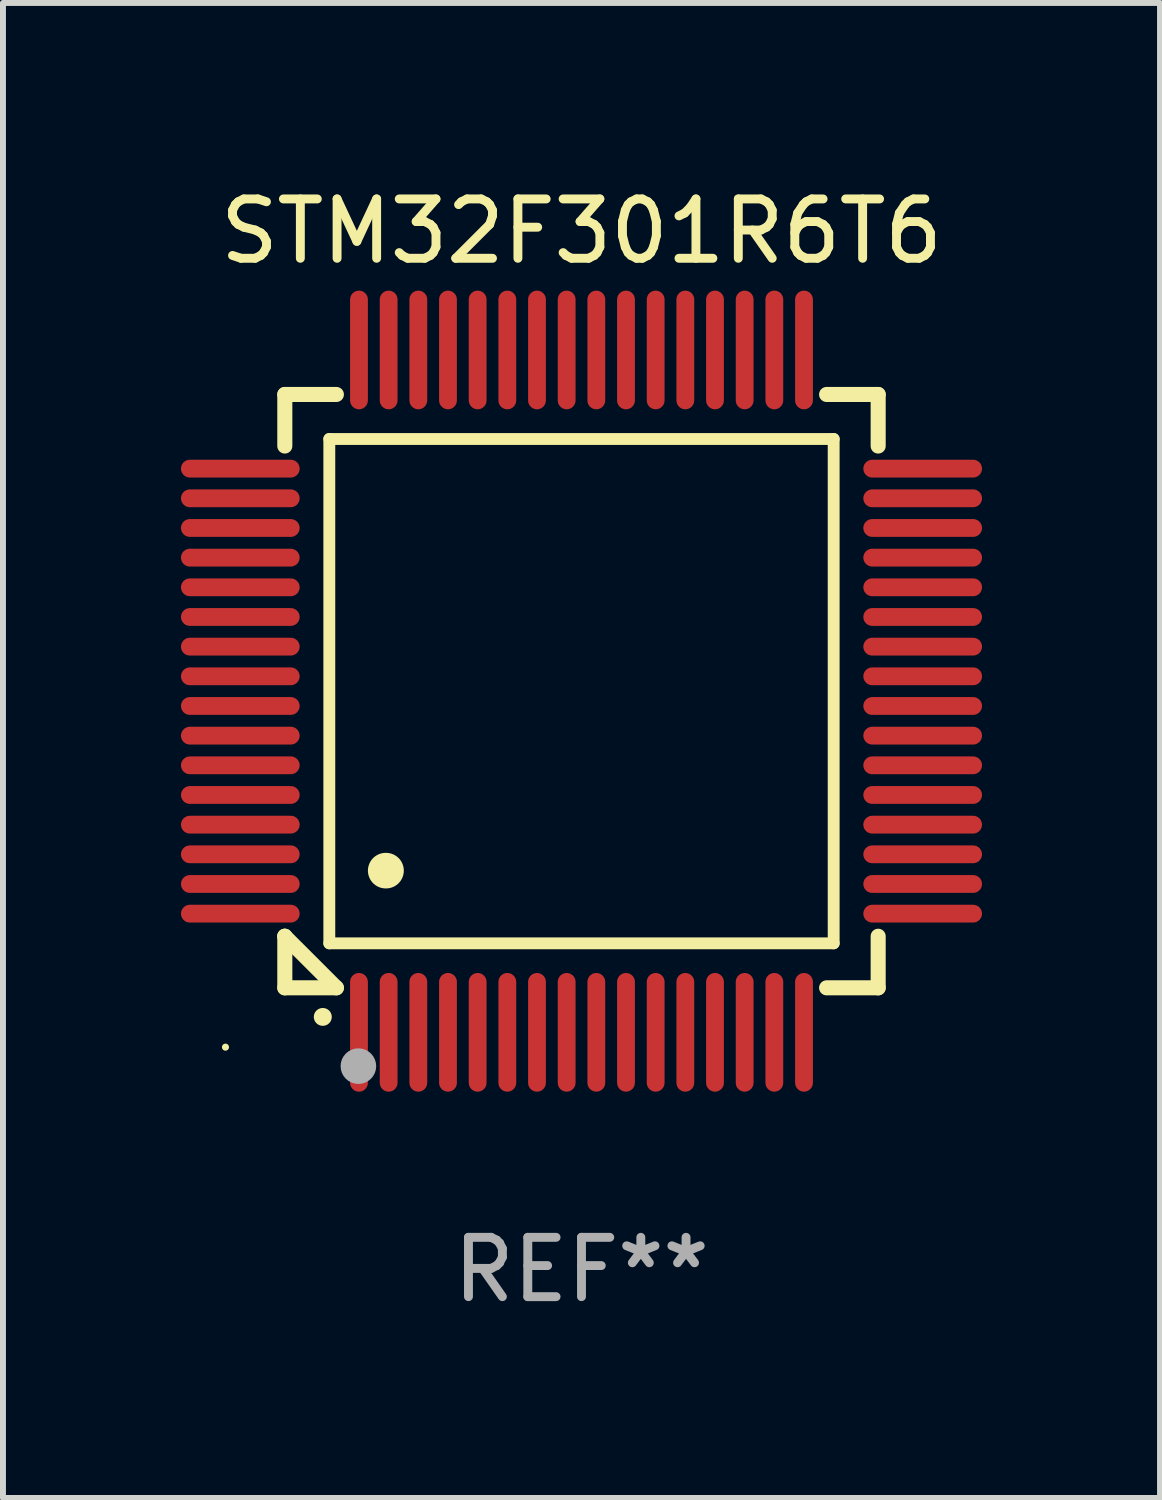
<source format=kicad_pcb>
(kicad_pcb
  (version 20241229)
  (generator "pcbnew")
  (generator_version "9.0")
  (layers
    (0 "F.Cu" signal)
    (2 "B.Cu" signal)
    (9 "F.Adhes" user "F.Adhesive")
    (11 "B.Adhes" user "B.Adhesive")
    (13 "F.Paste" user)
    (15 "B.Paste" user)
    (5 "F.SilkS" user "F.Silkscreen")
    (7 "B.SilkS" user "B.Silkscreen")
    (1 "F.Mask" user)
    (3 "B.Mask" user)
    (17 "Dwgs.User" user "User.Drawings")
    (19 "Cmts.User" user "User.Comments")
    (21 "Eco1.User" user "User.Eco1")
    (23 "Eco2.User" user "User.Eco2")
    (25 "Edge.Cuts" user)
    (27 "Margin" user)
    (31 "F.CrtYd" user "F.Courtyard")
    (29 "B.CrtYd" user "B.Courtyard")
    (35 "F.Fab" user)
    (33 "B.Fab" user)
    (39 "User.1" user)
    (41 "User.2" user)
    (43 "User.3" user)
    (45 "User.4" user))
  (footprint "STM32F301R6T6"
    (layer "F.Cu")
    (at 6.75 8.598)
    (property "Reference" "STM32F301R6T6" (at 0 -7.75 0) (layer "F.SilkS") (effects (font (size 1 1) (thickness 0.15))))
    (attr through_hole)
    (fp_line (start -5 -5) (end -4.131 -5) (stroke (width 0.254) (type solid)) (layer "F.SilkS"))
    (fp_line (start -5 -4.131) (end -5 -5) (stroke (width 0.254) (type solid)) (layer "F.SilkS"))
    (fp_line (start -5 4.131) (end -5 4.131) (stroke (width 0.254) (type solid)) (layer "F.SilkS"))
    (fp_line (start -5 5) (end -5 4.131) (stroke (width 0.254) (type solid)) (layer "F.SilkS"))
    (fp_line (start -5 4.131) (end -4.131 5) (stroke (width 0.254) (type solid)) (layer "F.SilkS"))
    (fp_line (start -4.25 -4.25) (end -4.25 4.25) (stroke (width 0.2) (type solid)) (layer "F.SilkS"))
    (fp_line (start -4.25 4.25) (end 4.25 4.25) (stroke (width 0.2) (type solid)) (layer "F.SilkS"))
    (fp_line (start -4.131 5) (end -5 5) (stroke (width 0.254) (type solid)) (layer "F.SilkS"))
    (fp_line (start 4.25 -4.25) (end -4.25 -4.25) (stroke (width 0.2) (type solid)) (layer "F.SilkS"))
    (fp_line (start 4.25 4.25) (end 4.25 -4.25) (stroke (width 0.2) (type solid)) (layer "F.SilkS"))
    (fp_line (start 5 -5) (end 4.131 -5) (stroke (width 0.254) (type solid)) (layer "F.SilkS"))
    (fp_line (start 5 -5) (end 5 -4.131) (stroke (width 0.254) (type solid)) (layer "F.SilkS"))
    (fp_line (start 5 4.131) (end 5 5) (stroke (width 0.254) (type solid)) (layer "F.SilkS"))
    (fp_line (start 5 5) (end 4.131 5) (stroke (width 0.254) (type solid)) (layer "F.SilkS"))
    (fp_arc (start -4.361265 5.489992) (mid -4.359995 5.489987) (end -4.358725 5.489992) (stroke (width 0.3) (type solid)) (layer "F.SilkS"))
    (fp_arc (start -3.299467 3.025146) (mid -3.296927 3.025135) (end -3.294387 3.025146) (stroke (width 0.6) (type solid)) (layer "F.SilkS"))
    (fp_circle (center -6 6) (end -5.97 6) (stroke (width 0.06) (type solid)) (fill no) (layer "F.SilkS"))
    (fp_circle (center -3.76 6.32) (end -3.61 6.32) (stroke (width 0.3) (type solid)) (fill no) (layer "F.Fab"))
    (fp_text user "REF**" (at 0 9.75 0) (layer "F.Fab") (effects (font (size 1 1) (thickness 0.15))))
    (pad "1" smd oval (at -3.75 5.75) (size 0.3 2) (layers "F.Cu" "F.Mask" "F.Paste"))
    (pad "2" smd oval (at -3.25 5.75) (size 0.3 2) (layers "F.Cu" "F.Mask" "F.Paste"))
    (pad "3" smd oval (at -2.75 5.75) (size 0.3 2) (layers "F.Cu" "F.Mask" "F.Paste"))
    (pad "4" smd oval (at -2.25 5.75) (size 0.3 2) (layers "F.Cu" "F.Mask" "F.Paste"))
    (pad "5" smd oval (at -1.75 5.75) (size 0.3 2) (layers "F.Cu" "F.Mask" "F.Paste"))
    (pad "6" smd oval (at -1.25 5.75) (size 0.3 2) (layers "F.Cu" "F.Mask" "F.Paste"))
    (pad "7" smd oval (at -0.75 5.75) (size 0.3 2) (layers "F.Cu" "F.Mask" "F.Paste"))
    (pad "8" smd oval (at -0.25 5.75) (size 0.3 2) (layers "F.Cu" "F.Mask" "F.Paste"))
    (pad "9" smd oval (at 0.25 5.75) (size 0.3 2) (layers "F.Cu" "F.Mask" "F.Paste"))
    (pad "10" smd oval (at 0.75 5.75) (size 0.3 2) (layers "F.Cu" "F.Mask" "F.Paste"))
    (pad "11" smd oval (at 1.25 5.75) (size 0.3 2) (layers "F.Cu" "F.Mask" "F.Paste"))
    (pad "12" smd oval (at 1.75 5.75) (size 0.3 2) (layers "F.Cu" "F.Mask" "F.Paste"))
    (pad "13" smd oval (at 2.25 5.75) (size 0.3 2) (layers "F.Cu" "F.Mask" "F.Paste"))
    (pad "14" smd oval (at 2.75 5.75) (size 0.3 2) (layers "F.Cu" "F.Mask" "F.Paste"))
    (pad "15" smd oval (at 3.25 5.75) (size 0.3 2) (layers "F.Cu" "F.Mask" "F.Paste"))
    (pad "16" smd oval (at 3.75 5.75) (size 0.3 2) (layers "F.Cu" "F.Mask" "F.Paste"))
    (pad "17" smd oval (at 5.75 3.75) (size 2 0.3) (layers "F.Cu" "F.Mask" "F.Paste"))
    (pad "18" smd oval (at 5.75 3.25) (size 2 0.3) (layers "F.Cu" "F.Mask" "F.Paste"))
    (pad "19" smd oval (at 5.75 2.75) (size 2 0.3) (layers "F.Cu" "F.Mask" "F.Paste"))
    (pad "20" smd oval (at 5.75 2.25) (size 2 0.3) (layers "F.Cu" "F.Mask" "F.Paste"))
    (pad "21" smd oval (at 5.75 1.75) (size 2 0.3) (layers "F.Cu" "F.Mask" "F.Paste"))
    (pad "22" smd oval (at 5.75 1.25) (size 2 0.3) (layers "F.Cu" "F.Mask" "F.Paste"))
    (pad "23" smd oval (at 5.75 0.75) (size 2 0.3) (layers "F.Cu" "F.Mask" "F.Paste"))
    (pad "24" smd oval (at 5.75 0.25) (size 2 0.3) (layers "F.Cu" "F.Mask" "F.Paste"))
    (pad "25" smd oval (at 5.75 -0.25) (size 2 0.3) (layers "F.Cu" "F.Mask" "F.Paste"))
    (pad "26" smd oval (at 5.75 -0.75) (size 2 0.3) (layers "F.Cu" "F.Mask" "F.Paste"))
    (pad "27" smd oval (at 5.75 -1.25) (size 2 0.3) (layers "F.Cu" "F.Mask" "F.Paste"))
    (pad "28" smd oval (at 5.75 -1.75) (size 2 0.3) (layers "F.Cu" "F.Mask" "F.Paste"))
    (pad "29" smd oval (at 5.75 -2.25) (size 2 0.3) (layers "F.Cu" "F.Mask" "F.Paste"))
    (pad "30" smd oval (at 5.75 -2.75) (size 2 0.3) (layers "F.Cu" "F.Mask" "F.Paste"))
    (pad "31" smd oval (at 5.75 -3.25) (size 2 0.3) (layers "F.Cu" "F.Mask" "F.Paste"))
    (pad "32" smd oval (at 5.75 -3.75) (size 2 0.3) (layers "F.Cu" "F.Mask" "F.Paste"))
    (pad "33" smd oval (at 3.75 -5.75) (size 0.3 2) (layers "F.Cu" "F.Mask" "F.Paste"))
    (pad "34" smd oval (at 3.25 -5.75) (size 0.3 2) (layers "F.Cu" "F.Mask" "F.Paste"))
    (pad "35" smd oval (at 2.75 -5.75) (size 0.3 2) (layers "F.Cu" "F.Mask" "F.Paste"))
    (pad "36" smd oval (at 2.25 -5.75) (size 0.3 2) (layers "F.Cu" "F.Mask" "F.Paste"))
    (pad "37" smd oval (at 1.75 -5.75) (size 0.3 2) (layers "F.Cu" "F.Mask" "F.Paste"))
    (pad "38" smd oval (at 1.25 -5.75) (size 0.3 2) (layers "F.Cu" "F.Mask" "F.Paste"))
    (pad "39" smd oval (at 0.75 -5.75) (size 0.3 2) (layers "F.Cu" "F.Mask" "F.Paste"))
    (pad "40" smd oval (at 0.25 -5.75) (size 0.3 2) (layers "F.Cu" "F.Mask" "F.Paste"))
    (pad "41" smd oval (at -0.25 -5.75) (size 0.3 2) (layers "F.Cu" "F.Mask" "F.Paste"))
    (pad "42" smd oval (at -0.75 -5.75) (size 0.3 2) (layers "F.Cu" "F.Mask" "F.Paste"))
    (pad "43" smd oval (at -1.25 -5.75) (size 0.3 2) (layers "F.Cu" "F.Mask" "F.Paste"))
    (pad "44" smd oval (at -1.75 -5.75) (size 0.3 2) (layers "F.Cu" "F.Mask" "F.Paste"))
    (pad "45" smd oval (at -2.25 -5.75) (size 0.3 2) (layers "F.Cu" "F.Mask" "F.Paste"))
    (pad "46" smd oval (at -2.75 -5.75) (size 0.3 2) (layers "F.Cu" "F.Mask" "F.Paste"))
    (pad "47" smd oval (at -3.25 -5.75) (size 0.3 2) (layers "F.Cu" "F.Mask" "F.Paste"))
    (pad "48" smd oval (at -3.75 -5.75) (size 0.3 2) (layers "F.Cu" "F.Mask" "F.Paste"))
    (pad "49" smd oval (at -5.75 -3.75) (size 2 0.3) (layers "F.Cu" "F.Mask" "F.Paste"))
    (pad "50" smd oval (at -5.75 -3.25) (size 2 0.3) (layers "F.Cu" "F.Mask" "F.Paste"))
    (pad "51" smd oval (at -5.75 -2.75) (size 2 0.3) (layers "F.Cu" "F.Mask" "F.Paste"))
    (pad "52" smd oval (at -5.75 -2.25) (size 2 0.3) (layers "F.Cu" "F.Mask" "F.Paste"))
    (pad "53" smd oval (at -5.75 -1.75) (size 2 0.3) (layers "F.Cu" "F.Mask" "F.Paste"))
    (pad "54" smd oval (at -5.75 -1.25) (size 2 0.3) (layers "F.Cu" "F.Mask" "F.Paste"))
    (pad "55" smd oval (at -5.75 -0.75) (size 2 0.3) (layers "F.Cu" "F.Mask" "F.Paste"))
    (pad "56" smd oval (at -5.75 -0.25) (size 2 0.3) (layers "F.Cu" "F.Mask" "F.Paste"))
    (pad "57" smd oval (at -5.75 0.25) (size 2 0.3) (layers "F.Cu" "F.Mask" "F.Paste"))
    (pad "58" smd oval (at -5.75 0.75) (size 2 0.3) (layers "F.Cu" "F.Mask" "F.Paste"))
    (pad "59" smd oval (at -5.75 1.25) (size 2 0.3) (layers "F.Cu" "F.Mask" "F.Paste"))
    (pad "60" smd oval (at -5.75 1.75) (size 2 0.3) (layers "F.Cu" "F.Mask" "F.Paste"))
    (pad "61" smd oval (at -5.75 2.25) (size 2 0.3) (layers "F.Cu" "F.Mask" "F.Paste"))
    (pad "62" smd oval (at -5.75 2.75) (size 2 0.3) (layers "F.Cu" "F.Mask" "F.Paste"))
    (pad "63" smd oval (at -5.75 3.25) (size 2 0.3) (layers "F.Cu" "F.Mask" "F.Paste"))
    (pad "64" smd oval (at -5.75 3.75) (size 2 0.3) (layers "F.Cu" "F.Mask" "F.Paste")))
  (gr_rect
    (start -3 -3)
    (end 16.5 22.196)
    (stroke (width 0.1) (type default))
    (fill no)
    (layer "Edge.Cuts")))
</source>
